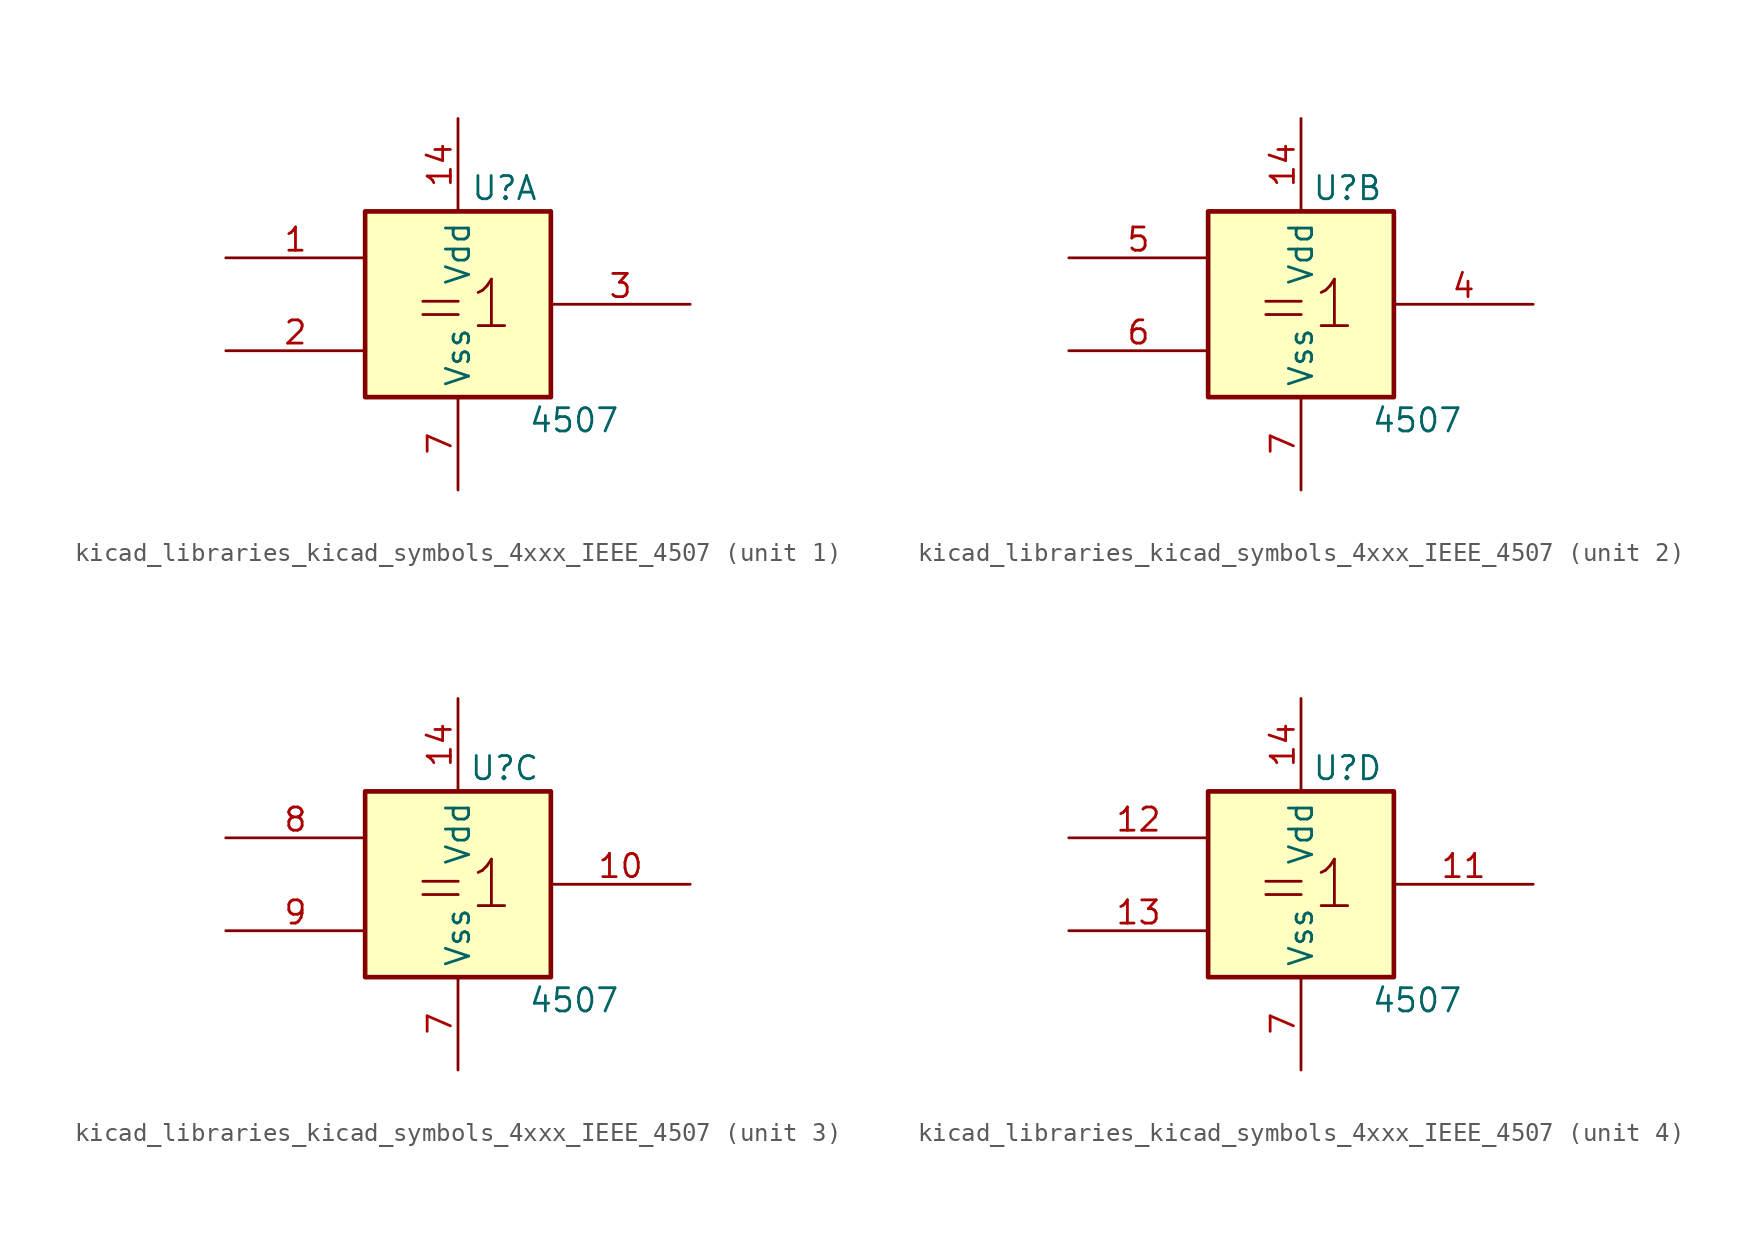
<source format=kicad_sym>
(kicad_symbol_lib
  (version 20220914)
  (generator kicad_symbol_editor)
  (symbol "kicad_libraries_kicad_symbols_4xxx_IEEE_4507"
    (property "Reference" "U"
      (at 2.54 6.35 0)
      (effects (font (size 1.27 1.27))))
    (property "Value" "4507"
      (at 6.35 -6.35 0)
      (effects (font (size 1.27 1.27))))
    (symbol "kicad_libraries_kicad_symbols_4xxx_IEEE_4507_0_0"
      (rectangle (start -5.08 5.08) (end 5.08 -5.08) (stroke (width 0.254) (type default)) (fill (type background)))
      (text "=1" (at 0.254 0 0) (effects (font (size 2.54 2.54))))
      (pin power_in line (at 0 10.16 270) (length 5.08) (name "Vdd" (effects (font (size 1.27 1.27)))) (number "14" (effects (font (size 1.27 1.27)))))
      (pin power_in line (at 0 -10.16 90) (length 5.08) (name "Vss" (effects (font (size 1.27 1.27)))) (number "7" (effects (font (size 1.27 1.27))))))
    (symbol "kicad_libraries_kicad_symbols_4xxx_IEEE_4507_1_1"
      (pin input line (at -12.7 2.54 0) (length 7.62) (name "~" (effects (font (size 1.27 1.27)))) (number "1" (effects (font (size 1.27 1.27)))))
      (pin input line (at -12.7 -2.54 0) (length 7.62) (name "~" (effects (font (size 1.27 1.27)))) (number "2" (effects (font (size 1.27 1.27)))))
      (pin output line (at 12.7 0 180) (length 7.62) (name "~" (effects (font (size 1.27 1.27)))) (number "3" (effects (font (size 1.27 1.27))))))
    (symbol "kicad_libraries_kicad_symbols_4xxx_IEEE_4507_2_1"
      (pin output line (at 12.7 0 180) (length 7.62) (name "~" (effects (font (size 1.27 1.27)))) (number "4" (effects (font (size 1.27 1.27)))))
      (pin input line (at -12.7 2.54 0) (length 7.62) (name "~" (effects (font (size 1.27 1.27)))) (number "5" (effects (font (size 1.27 1.27)))))
      (pin input line (at -12.7 -2.54 0) (length 7.62) (name "~" (effects (font (size 1.27 1.27)))) (number "6" (effects (font (size 1.27 1.27))))))
    (symbol "kicad_libraries_kicad_symbols_4xxx_IEEE_4507_3_1"
      (pin output line (at 12.7 0 180) (length 7.62) (name "~" (effects (font (size 1.27 1.27)))) (number "10" (effects (font (size 1.27 1.27)))))
      (pin input line (at -12.7 2.54 0) (length 7.62) (name "~" (effects (font (size 1.27 1.27)))) (number "8" (effects (font (size 1.27 1.27)))))
      (pin input line (at -12.7 -2.54 0) (length 7.62) (name "~" (effects (font (size 1.27 1.27)))) (number "9" (effects (font (size 1.27 1.27))))))
    (symbol "kicad_libraries_kicad_symbols_4xxx_IEEE_4507_4_1"
      (pin output line (at 12.7 0 180) (length 7.62) (name "~" (effects (font (size 1.27 1.27)))) (number "11" (effects (font (size 1.27 1.27)))))
      (pin input line (at -12.7 2.54 0) (length 7.62) (name "~" (effects (font (size 1.27 1.27)))) (number "12" (effects (font (size 1.27 1.27)))))
      (pin input line (at -12.7 -2.54 0) (length 7.62) (name "~" (effects (font (size 1.27 1.27)))) (number "13" (effects (font (size 1.27 1.27))))))))
</source>
